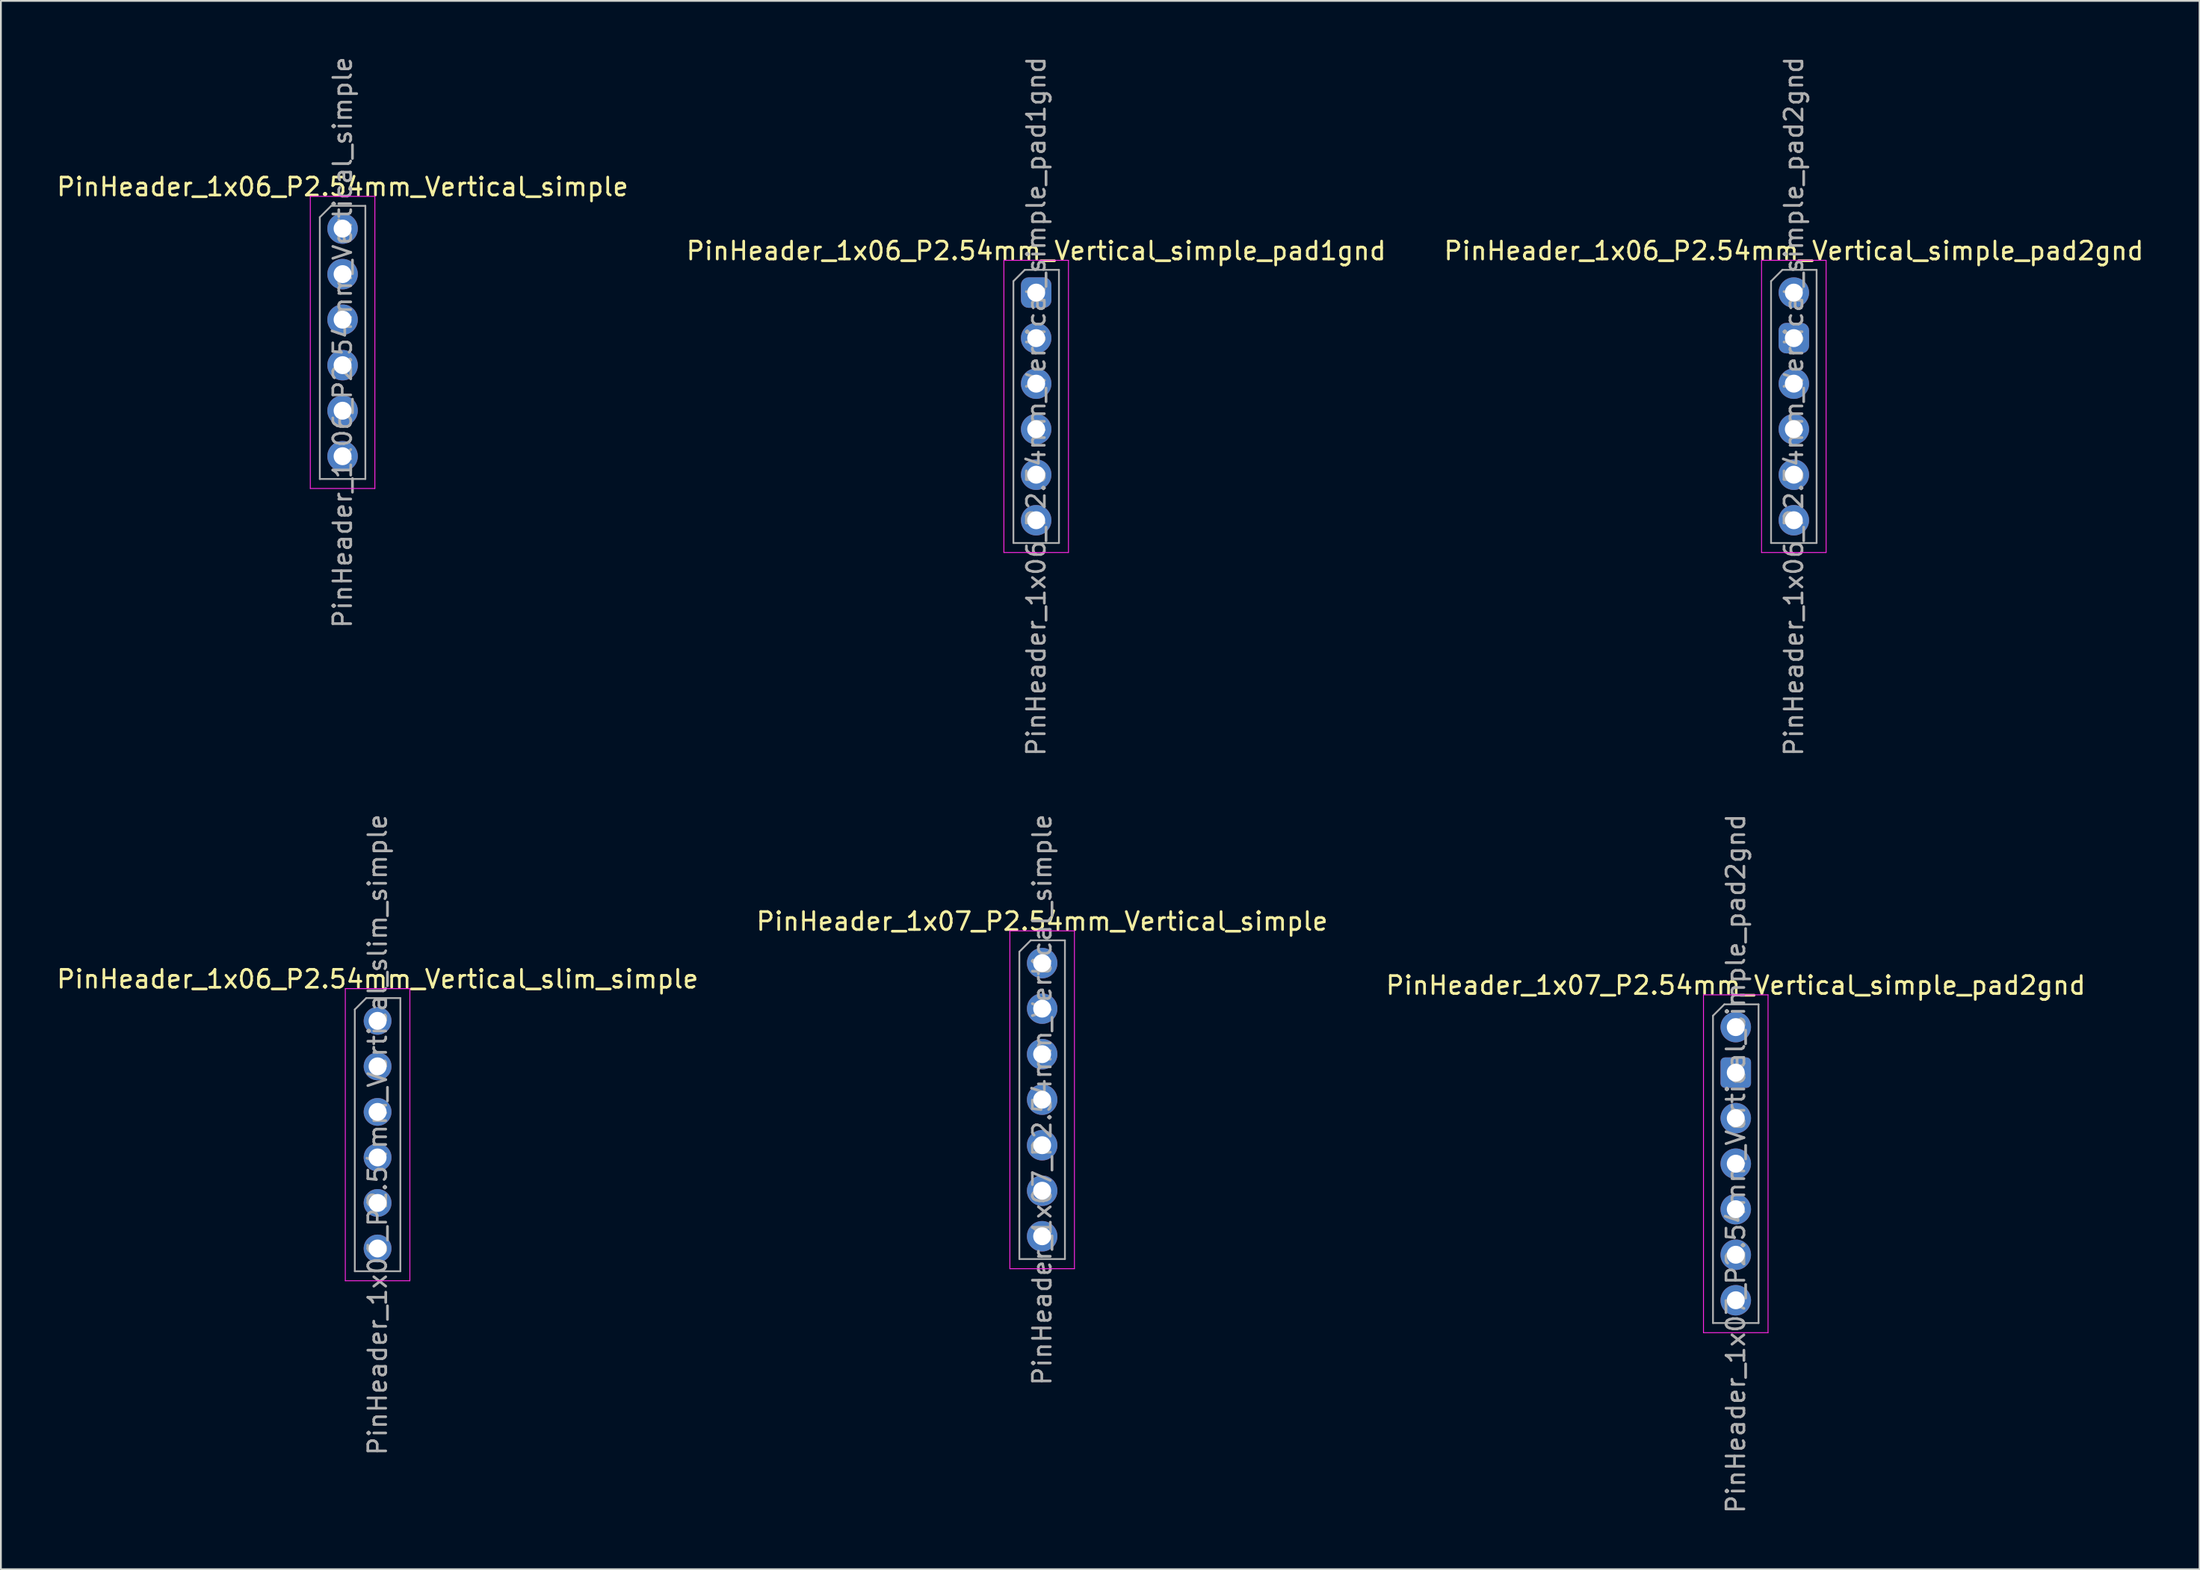
<source format=kicad_pcb>
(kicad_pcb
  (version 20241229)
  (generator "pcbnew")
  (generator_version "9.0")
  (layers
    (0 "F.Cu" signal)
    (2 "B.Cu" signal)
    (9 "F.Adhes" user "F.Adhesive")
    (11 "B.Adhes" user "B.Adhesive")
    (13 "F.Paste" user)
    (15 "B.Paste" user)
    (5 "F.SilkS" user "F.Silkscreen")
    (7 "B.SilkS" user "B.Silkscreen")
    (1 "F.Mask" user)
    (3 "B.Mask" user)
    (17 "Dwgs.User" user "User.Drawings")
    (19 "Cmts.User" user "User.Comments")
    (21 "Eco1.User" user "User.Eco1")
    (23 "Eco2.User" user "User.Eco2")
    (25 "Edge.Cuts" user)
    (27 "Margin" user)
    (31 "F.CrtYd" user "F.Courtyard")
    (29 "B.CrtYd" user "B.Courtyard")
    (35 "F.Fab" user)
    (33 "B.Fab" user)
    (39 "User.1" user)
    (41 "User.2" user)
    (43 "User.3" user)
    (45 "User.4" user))
  (footprint "PinHeader_1x07_P2.54mm_Vertical_simple"
    (layer "F.Cu")
    (at 55.065 50.684)
    (property "Reference" "PinHeader_1x07_P2.54mm_Vertical_simple" (at 0 -2.33 0) (layer "F.SilkS") (effects (font (size 1 1) (thickness 0.15))))
    (attr through_hole)
    (fp_line (start -1.8 -1.8) (end -1.8 17.05) (stroke (width 0.05) (type solid)) (layer "F.CrtYd"))
    (fp_line (start -1.8 17.05) (end 1.8 17.05) (stroke (width 0.05) (type solid)) (layer "F.CrtYd"))
    (fp_line (start 1.8 -1.8) (end -1.8 -1.8) (stroke (width 0.05) (type solid)) (layer "F.CrtYd"))
    (fp_line (start 1.8 17.05) (end 1.8 -1.8) (stroke (width 0.05) (type solid)) (layer "F.CrtYd"))
    (fp_line (start -1.27 -0.635) (end -0.635 -1.27) (stroke (width 0.1) (type solid)) (layer "F.Fab"))
    (fp_line (start -1.27 16.51) (end -1.27 -0.635) (stroke (width 0.1) (type solid)) (layer "F.Fab"))
    (fp_line (start -0.635 -1.27) (end 1.27 -1.27) (stroke (width 0.1) (type solid)) (layer "F.Fab"))
    (fp_line (start 1.27 -1.27) (end 1.27 16.51) (stroke (width 0.1) (type solid)) (layer "F.Fab"))
    (fp_line (start 1.27 16.51) (end -1.27 16.51) (stroke (width 0.1) (type solid)) (layer "F.Fab"))
    (fp_text user "${REFERENCE}" (at 0 7.62 90) (layer "F.Fab") (effects (font (size 1 1) (thickness 0.15))))
    (pad "1" thru_hole oval (at 0 0) (size 1.7 1.7) (drill 1) (layers "*.Cu" "*.Mask"))
    (pad "2" thru_hole oval (at 0 2.54) (size 1.7 1.7) (drill 1) (layers "*.Cu" "*.Mask"))
    (pad "3" thru_hole oval (at 0 5.08) (size 1.7 1.7) (drill 1) (layers "*.Cu" "*.Mask"))
    (pad "4" thru_hole oval (at 0 7.62) (size 1.7 1.7) (drill 1) (layers "*.Cu" "*.Mask"))
    (pad "5" thru_hole oval (at 0 10.16) (size 1.7 1.7) (drill 1) (layers "*.Cu" "*.Mask"))
    (pad "6" thru_hole oval (at 0 12.7) (size 1.7 1.7) (drill 1) (layers "*.Cu" "*.Mask"))
    (pad "7" thru_hole oval (at 0 15.24) (size 1.7 1.7) (drill 1) (layers "*.Cu" "*.Mask")))
  (footprint "PinHeader_1x06_P2.54mm_Vertical_simple"
    (layer "F.Cu")
    (at 16.054 9.704)
    (property "Reference" "PinHeader_1x06_P2.54mm_Vertical_simple" (at 0 -2.33 0) (layer "F.SilkS") (effects (font (size 1 1) (thickness 0.15))))
    (attr through_hole)
    (fp_line (start -1.8 -1.8) (end -1.8 14.5) (stroke (width 0.05) (type solid)) (layer "F.CrtYd"))
    (fp_line (start -1.8 14.5) (end 1.8 14.5) (stroke (width 0.05) (type solid)) (layer "F.CrtYd"))
    (fp_line (start 1.8 -1.8) (end -1.8 -1.8) (stroke (width 0.05) (type solid)) (layer "F.CrtYd"))
    (fp_line (start 1.8 14.5) (end 1.8 -1.8) (stroke (width 0.05) (type solid)) (layer "F.CrtYd"))
    (fp_line (start -1.27 -0.635) (end -0.635 -1.27) (stroke (width 0.1) (type solid)) (layer "F.Fab"))
    (fp_line (start -1.27 13.97) (end -1.27 -0.635) (stroke (width 0.1) (type solid)) (layer "F.Fab"))
    (fp_line (start -0.635 -1.27) (end 1.27 -1.27) (stroke (width 0.1) (type solid)) (layer "F.Fab"))
    (fp_line (start 1.27 -1.27) (end 1.27 13.97) (stroke (width 0.1) (type solid)) (layer "F.Fab"))
    (fp_line (start 1.27 13.97) (end -1.27 13.97) (stroke (width 0.1) (type solid)) (layer "F.Fab"))
    (fp_text user "${REFERENCE}" (at 0 6.35 90) (layer "F.Fab") (effects (font (size 1 1) (thickness 0.15))))
    (pad "1" thru_hole oval (at 0 0) (size 1.7 1.7) (drill 1) (layers "*.Cu" "*.Mask"))
    (pad "2" thru_hole oval (at 0 2.54) (size 1.7 1.7) (drill 1) (layers "*.Cu" "*.Mask"))
    (pad "3" thru_hole oval (at 0 5.08) (size 1.7 1.7) (drill 1) (layers "*.Cu" "*.Mask"))
    (pad "4" thru_hole oval (at 0 7.62) (size 1.7 1.7) (drill 1) (layers "*.Cu" "*.Mask"))
    (pad "5" thru_hole oval (at 0 10.16) (size 1.7 1.7) (drill 1) (layers "*.Cu" "*.Mask"))
    (pad "6" thru_hole oval (at 0 12.7) (size 1.7 1.7) (drill 1) (layers "*.Cu" "*.Mask")))
  (footprint "PinHeader_1x06_P2.54mm_Vertical_simple_pad1gnd"
    (layer "F.Cu")
    (at 54.732 13.275)
    (property "Reference" "PinHeader_1x06_P2.54mm_Vertical_simple_pad1gnd" (at 0 -2.33 0) (layer "F.SilkS") (effects (font (size 1 1) (thickness 0.15))))
    (attr through_hole)
    (fp_line (start -1.8 -1.8) (end -1.8 14.5) (stroke (width 0.05) (type solid)) (layer "F.CrtYd"))
    (fp_line (start -1.8 14.5) (end 1.8 14.5) (stroke (width 0.05) (type solid)) (layer "F.CrtYd"))
    (fp_line (start 1.8 -1.8) (end -1.8 -1.8) (stroke (width 0.05) (type solid)) (layer "F.CrtYd"))
    (fp_line (start 1.8 14.5) (end 1.8 -1.8) (stroke (width 0.05) (type solid)) (layer "F.CrtYd"))
    (fp_line (start -1.27 -0.635) (end -0.635 -1.27) (stroke (width 0.1) (type solid)) (layer "F.Fab"))
    (fp_line (start -1.27 13.97) (end -1.27 -0.635) (stroke (width 0.1) (type solid)) (layer "F.Fab"))
    (fp_line (start -0.635 -1.27) (end 1.27 -1.27) (stroke (width 0.1) (type solid)) (layer "F.Fab"))
    (fp_line (start 1.27 -1.27) (end 1.27 13.97) (stroke (width 0.1) (type solid)) (layer "F.Fab"))
    (fp_line (start 1.27 13.97) (end -1.27 13.97) (stroke (width 0.1) (type solid)) (layer "F.Fab"))
    (fp_text user "${REFERENCE}" (at 0 6.35 90) (layer "F.Fab") (effects (font (size 1 1) (thickness 0.15))))
    (pad "1" thru_hole roundrect (at 0 0) (size 1.7 1.7) (drill 1) (layers "*.Cu" "*.Mask") (roundrect_rratio 0.25))
    (pad "2" thru_hole oval (at 0 2.54) (size 1.7 1.7) (drill 1) (layers "*.Cu" "*.Mask"))
    (pad "3" thru_hole oval (at 0 5.08) (size 1.7 1.7) (drill 1) (layers "*.Cu" "*.Mask"))
    (pad "4" thru_hole oval (at 0 7.62) (size 1.7 1.7) (drill 1) (layers "*.Cu" "*.Mask"))
    (pad "5" thru_hole oval (at 0 10.16) (size 1.7 1.7) (drill 1) (layers "*.Cu" "*.Mask"))
    (pad "6" thru_hole oval (at 0 12.7) (size 1.7 1.7) (drill 1) (layers "*.Cu" "*.Mask")))
  (footprint "PinHeader_1x06_P2.54mm_Vertical_simple_pad2gnd"
    (layer "F.Cu")
    (at 96.982 13.275)
    (property "Reference" "PinHeader_1x06_P2.54mm_Vertical_simple_pad2gnd" (at 0 -2.33 0) (layer "F.SilkS") (effects (font (size 1 1) (thickness 0.15))))
    (attr through_hole)
    (fp_line (start -1.8 -1.8) (end -1.8 14.5) (stroke (width 0.05) (type solid)) (layer "F.CrtYd"))
    (fp_line (start -1.8 14.5) (end 1.8 14.5) (stroke (width 0.05) (type solid)) (layer "F.CrtYd"))
    (fp_line (start 1.8 -1.8) (end -1.8 -1.8) (stroke (width 0.05) (type solid)) (layer "F.CrtYd"))
    (fp_line (start 1.8 14.5) (end 1.8 -1.8) (stroke (width 0.05) (type solid)) (layer "F.CrtYd"))
    (fp_line (start -1.27 -0.635) (end -0.635 -1.27) (stroke (width 0.1) (type solid)) (layer "F.Fab"))
    (fp_line (start -1.27 13.97) (end -1.27 -0.635) (stroke (width 0.1) (type solid)) (layer "F.Fab"))
    (fp_line (start -0.635 -1.27) (end 1.27 -1.27) (stroke (width 0.1) (type solid)) (layer "F.Fab"))
    (fp_line (start 1.27 -1.27) (end 1.27 13.97) (stroke (width 0.1) (type solid)) (layer "F.Fab"))
    (fp_line (start 1.27 13.97) (end -1.27 13.97) (stroke (width 0.1) (type solid)) (layer "F.Fab"))
    (fp_text user "${REFERENCE}" (at 0 6.35 90) (layer "F.Fab") (effects (font (size 1 1) (thickness 0.15))))
    (pad "1" thru_hole oval (at 0 0) (size 1.7 1.7) (drill 1) (layers "*.Cu" "*.Mask"))
    (pad "2" thru_hole roundrect (at 0 2.54) (size 1.7 1.7) (drill 1) (layers "*.Cu" "*.Mask") (roundrect_rratio 0.25))
    (pad "3" thru_hole oval (at 0 5.08) (size 1.7 1.7) (drill 1) (layers "*.Cu" "*.Mask"))
    (pad "4" thru_hole oval (at 0 7.62) (size 1.7 1.7) (drill 1) (layers "*.Cu" "*.Mask"))
    (pad "5" thru_hole oval (at 0 10.16) (size 1.7 1.7) (drill 1) (layers "*.Cu" "*.Mask"))
    (pad "6" thru_hole oval (at 0 12.7) (size 1.7 1.7) (drill 1) (layers "*.Cu" "*.Mask")))
  (footprint "PinHeader_1x06_P2.54mm_Vertical_slim_simple"
    (layer "F.Cu")
    (at 18.006 53.906)
    (property "Reference" "PinHeader_1x06_P2.54mm_Vertical_slim_simple" (at 0 -2.33 0) (layer "F.SilkS") (effects (font (size 1 1) (thickness 0.15))))
    (attr through_hole)
    (fp_line (start -1.8 -1.8) (end -1.8 14.5) (stroke (width 0.05) (type solid)) (layer "F.CrtYd"))
    (fp_line (start -1.8 14.5) (end 1.8 14.5) (stroke (width 0.05) (type solid)) (layer "F.CrtYd"))
    (fp_line (start 1.8 -1.8) (end -1.8 -1.8) (stroke (width 0.05) (type solid)) (layer "F.CrtYd"))
    (fp_line (start 1.8 14.5) (end 1.8 -1.8) (stroke (width 0.05) (type solid)) (layer "F.CrtYd"))
    (fp_line (start -1.27 -0.635) (end -0.635 -1.27) (stroke (width 0.1) (type solid)) (layer "F.Fab"))
    (fp_line (start -1.27 13.97) (end -1.27 -0.635) (stroke (width 0.1) (type solid)) (layer "F.Fab"))
    (fp_line (start -0.635 -1.27) (end 1.27 -1.27) (stroke (width 0.1) (type solid)) (layer "F.Fab"))
    (fp_line (start 1.27 -1.27) (end 1.27 13.97) (stroke (width 0.1) (type solid)) (layer "F.Fab"))
    (fp_line (start 1.27 13.97) (end -1.27 13.97) (stroke (width 0.1) (type solid)) (layer "F.Fab"))
    (fp_text user "${REFERENCE}" (at 0 6.35 90) (layer "F.Fab") (effects (font (size 1 1) (thickness 0.15))))
    (pad "1" thru_hole oval (at 0 0) (size 1.55 1.55) (drill 1) (layers "*.Cu" "*.Mask"))
    (pad "2" thru_hole oval (at 0 2.54) (size 1.55 1.55) (drill 1) (layers "*.Cu" "*.Mask"))
    (pad "3" thru_hole oval (at 0 5.08) (size 1.55 1.55) (drill 1) (layers "*.Cu" "*.Mask"))
    (pad "4" thru_hole oval (at 0 7.62) (size 1.55 1.55) (drill 1) (layers "*.Cu" "*.Mask"))
    (pad "5" thru_hole oval (at 0 10.16) (size 1.55 1.55) (drill 1) (layers "*.Cu" "*.Mask"))
    (pad "6" thru_hole oval (at 0 12.7) (size 1.55 1.55) (drill 1) (layers "*.Cu" "*.Mask")))
  (footprint "PinHeader_1x07_P2.54mm_Vertical_simple_pad2gnd"
    (layer "F.Cu")
    (at 93.744 54.255)
    (property "Reference" "PinHeader_1x07_P2.54mm_Vertical_simple_pad2gnd" (at 0 -2.33 0) (layer "F.SilkS") (effects (font (size 1 1) (thickness 0.15))))
    (attr through_hole)
    (fp_line (start -1.8 -1.8) (end -1.8 17.05) (stroke (width 0.05) (type solid)) (layer "F.CrtYd"))
    (fp_line (start -1.8 17.05) (end 1.8 17.05) (stroke (width 0.05) (type solid)) (layer "F.CrtYd"))
    (fp_line (start 1.8 -1.8) (end -1.8 -1.8) (stroke (width 0.05) (type solid)) (layer "F.CrtYd"))
    (fp_line (start 1.8 17.05) (end 1.8 -1.8) (stroke (width 0.05) (type solid)) (layer "F.CrtYd"))
    (fp_line (start -1.27 -0.635) (end -0.635 -1.27) (stroke (width 0.1) (type solid)) (layer "F.Fab"))
    (fp_line (start -1.27 16.51) (end -1.27 -0.635) (stroke (width 0.1) (type solid)) (layer "F.Fab"))
    (fp_line (start -0.635 -1.27) (end 1.27 -1.27) (stroke (width 0.1) (type solid)) (layer "F.Fab"))
    (fp_line (start 1.27 -1.27) (end 1.27 16.51) (stroke (width 0.1) (type solid)) (layer "F.Fab"))
    (fp_line (start 1.27 16.51) (end -1.27 16.51) (stroke (width 0.1) (type solid)) (layer "F.Fab"))
    (fp_text user "${REFERENCE}" (at 0 7.62 90) (layer "F.Fab") (effects (font (size 1 1) (thickness 0.15))))
    (pad "1" thru_hole oval (at 0 0) (size 1.7 1.7) (drill 1) (layers "*.Cu" "*.Mask"))
    (pad "2" thru_hole roundrect (at 0 2.54) (size 1.7 1.7) (drill 1) (layers "*.Cu" "*.Mask") (roundrect_rratio 0.147))
    (pad "3" thru_hole oval (at 0 5.08) (size 1.7 1.7) (drill 1) (layers "*.Cu" "*.Mask"))
    (pad "4" thru_hole oval (at 0 7.62) (size 1.7 1.7) (drill 1) (layers "*.Cu" "*.Mask"))
    (pad "5" thru_hole oval (at 0 10.16) (size 1.7 1.7) (drill 1) (layers "*.Cu" "*.Mask"))
    (pad "6" thru_hole oval (at 0 12.7) (size 1.7 1.7) (drill 1) (layers "*.Cu" "*.Mask"))
    (pad "7" thru_hole oval (at 0 15.24) (size 1.7 1.7) (drill 1) (layers "*.Cu" "*.Mask")))
  (gr_rect
    (start -3 -3)
    (end 119.607 84.5)
    (stroke (width 0.1) (type default))
    (fill no)
    (layer "Edge.Cuts")))
</source>
